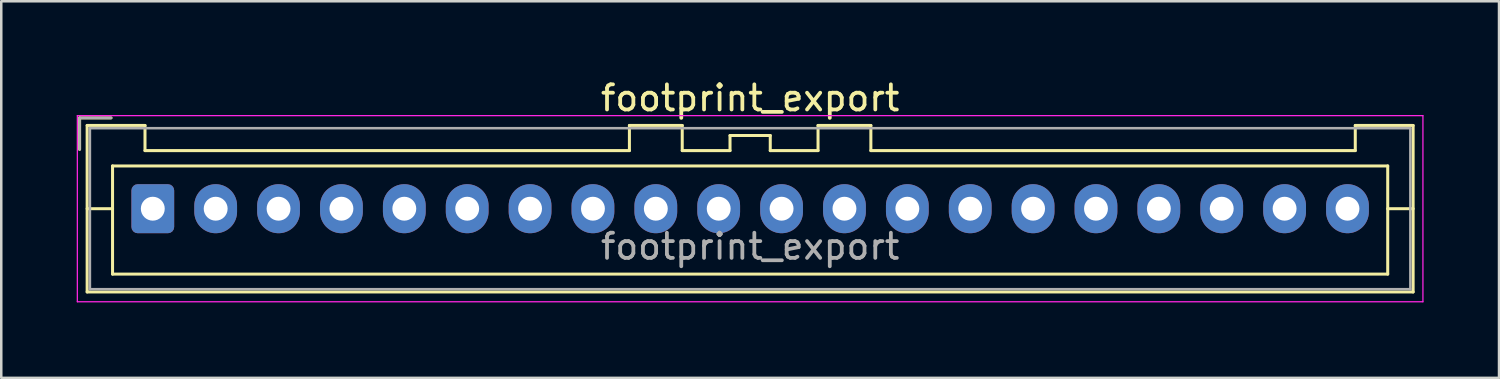
<source format=kicad_pcb>
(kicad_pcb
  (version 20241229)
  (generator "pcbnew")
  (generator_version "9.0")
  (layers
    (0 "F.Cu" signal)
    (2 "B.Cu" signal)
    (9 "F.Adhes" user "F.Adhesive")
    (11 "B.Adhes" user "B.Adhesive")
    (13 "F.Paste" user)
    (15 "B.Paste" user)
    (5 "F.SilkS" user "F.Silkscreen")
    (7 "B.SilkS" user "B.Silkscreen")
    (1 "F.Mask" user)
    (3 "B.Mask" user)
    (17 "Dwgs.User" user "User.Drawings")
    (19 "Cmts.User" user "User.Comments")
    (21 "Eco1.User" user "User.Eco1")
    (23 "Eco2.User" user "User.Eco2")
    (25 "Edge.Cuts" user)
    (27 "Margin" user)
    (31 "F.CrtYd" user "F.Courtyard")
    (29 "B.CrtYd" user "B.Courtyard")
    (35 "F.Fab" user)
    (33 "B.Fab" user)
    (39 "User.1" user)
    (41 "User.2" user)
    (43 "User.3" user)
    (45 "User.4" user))
  (footprint "footprint_export"
    (layer "F.Cu")
    (at 3.025 5.248)
    (property "Reference" "footprint_export" (at 23.75 -4.4 0) (layer "F.SilkS") (effects (font (size 1 1) (thickness 0.15))))
    (attr through_hole)
    (fp_line (start -2.91 -3.61) (end -2.91 -2.36) (stroke (width 0.12) (type solid)) (layer "F.SilkS"))
    (fp_line (start -2.61 -3.31) (end -2.61 3.31) (stroke (width 0.12) (type solid)) (layer "F.SilkS"))
    (fp_line (start -2.61 0) (end -1.6 0) (stroke (width 0.12) (type solid)) (layer "F.SilkS"))
    (fp_line (start -2.61 3.31) (end 50.11 3.31) (stroke (width 0.12) (type solid)) (layer "F.SilkS"))
    (fp_line (start -1.66 -3.61) (end -2.91 -3.61) (stroke (width 0.12) (type solid)) (layer "F.SilkS"))
    (fp_line (start -1.6 -1.7) (end -1.6 2.6) (stroke (width 0.12) (type solid)) (layer "F.SilkS"))
    (fp_line (start -1.6 2.6) (end 49.1 2.6) (stroke (width 0.12) (type solid)) (layer "F.SilkS"))
    (fp_line (start -0.31 -3.31) (end -2.61 -3.31) (stroke (width 0.12) (type solid)) (layer "F.SilkS"))
    (fp_line (start -0.31 -2.31) (end -0.31 -3.31) (stroke (width 0.12) (type solid)) (layer "F.SilkS"))
    (fp_line (start 18.95 -3.31) (end 18.95 -2.31) (stroke (width 0.12) (type solid)) (layer "F.SilkS"))
    (fp_line (start 18.95 -2.31) (end -0.31 -2.31) (stroke (width 0.12) (type solid)) (layer "F.SilkS"))
    (fp_line (start 21.05 -3.31) (end 18.95 -3.31) (stroke (width 0.12) (type solid)) (layer "F.SilkS"))
    (fp_line (start 21.05 -2.31) (end 21.05 -3.31) (stroke (width 0.12) (type solid)) (layer "F.SilkS"))
    (fp_line (start 22.95 -2.91) (end 22.95 -2.31) (stroke (width 0.12) (type solid)) (layer "F.SilkS"))
    (fp_line (start 22.95 -2.31) (end 21.05 -2.31) (stroke (width 0.12) (type solid)) (layer "F.SilkS"))
    (fp_line (start 24.55 -2.91) (end 22.95 -2.91) (stroke (width 0.12) (type solid)) (layer "F.SilkS"))
    (fp_line (start 24.55 -2.31) (end 24.55 -2.91) (stroke (width 0.12) (type solid)) (layer "F.SilkS"))
    (fp_line (start 26.45 -3.31) (end 26.45 -2.31) (stroke (width 0.12) (type solid)) (layer "F.SilkS"))
    (fp_line (start 26.45 -2.31) (end 24.55 -2.31) (stroke (width 0.12) (type solid)) (layer "F.SilkS"))
    (fp_line (start 28.55 -3.31) (end 26.45 -3.31) (stroke (width 0.12) (type solid)) (layer "F.SilkS"))
    (fp_line (start 28.55 -2.31) (end 28.55 -3.31) (stroke (width 0.12) (type solid)) (layer "F.SilkS"))
    (fp_line (start 47.81 -3.31) (end 47.81 -2.31) (stroke (width 0.12) (type solid)) (layer "F.SilkS"))
    (fp_line (start 47.81 -2.31) (end 28.55 -2.31) (stroke (width 0.12) (type solid)) (layer "F.SilkS"))
    (fp_line (start 49.1 -1.7) (end -1.6 -1.7) (stroke (width 0.12) (type solid)) (layer "F.SilkS"))
    (fp_line (start 49.1 2.6) (end 49.1 -1.7) (stroke (width 0.12) (type solid)) (layer "F.SilkS"))
    (fp_line (start 50.11 -3.31) (end 47.81 -3.31) (stroke (width 0.12) (type solid)) (layer "F.SilkS"))
    (fp_line (start 50.11 0) (end 49.1 0) (stroke (width 0.12) (type solid)) (layer "F.SilkS"))
    (fp_line (start 50.11 3.31) (end 50.11 -3.31) (stroke (width 0.12) (type solid)) (layer "F.SilkS"))
    (fp_line (start -3 -3.7) (end -3 3.7) (stroke (width 0.05) (type solid)) (layer "F.CrtYd"))
    (fp_line (start -3 3.7) (end 50.5 3.7) (stroke (width 0.05) (type solid)) (layer "F.CrtYd"))
    (fp_line (start 50.5 -3.7) (end -3 -3.7) (stroke (width 0.05) (type solid)) (layer "F.CrtYd"))
    (fp_line (start 50.5 3.7) (end 50.5 -3.7) (stroke (width 0.05) (type solid)) (layer "F.CrtYd"))
    (fp_line (start -2.91 -3.61) (end -2.91 -2.36) (stroke (width 0.1) (type solid)) (layer "F.Fab"))
    (fp_line (start -2.5 -3.2) (end -2.5 3.2) (stroke (width 0.1) (type solid)) (layer "F.Fab"))
    (fp_line (start -2.5 3.2) (end 50 3.2) (stroke (width 0.1) (type solid)) (layer "F.Fab"))
    (fp_line (start -1.66 -3.61) (end -2.91 -3.61) (stroke (width 0.1) (type solid)) (layer "F.Fab"))
    (fp_line (start 50 -3.2) (end -2.5 -3.2) (stroke (width 0.1) (type solid)) (layer "F.Fab"))
    (fp_line (start 50 3.2) (end 50 -3.2) (stroke (width 0.1) (type solid)) (layer "F.Fab"))
    (fp_text user "${REFERENCE}" (at 23.75 1.5 0) (layer "F.Fab") (effects (font (size 1 1) (thickness 0.15))))
    (pad "1" thru_hole roundrect (at 0 0) (size 1.7 1.95) (drill 0.95) (layers "*.Cu" "*.Mask") (roundrect_rratio 0.147))
    (pad "2" thru_hole oval (at 2.5 0) (size 1.7 1.95) (drill 0.95) (layers "*.Cu" "*.Mask"))
    (pad "3" thru_hole oval (at 5 0) (size 1.7 1.95) (drill 0.95) (layers "*.Cu" "*.Mask"))
    (pad "4" thru_hole oval (at 7.5 0) (size 1.7 1.95) (drill 0.95) (layers "*.Cu" "*.Mask"))
    (pad "5" thru_hole oval (at 10 0) (size 1.7 1.95) (drill 0.95) (layers "*.Cu" "*.Mask"))
    (pad "6" thru_hole oval (at 12.5 0) (size 1.7 1.95) (drill 0.95) (layers "*.Cu" "*.Mask"))
    (pad "7" thru_hole oval (at 15 0) (size 1.7 1.95) (drill 0.95) (layers "*.Cu" "*.Mask"))
    (pad "8" thru_hole oval (at 17.5 0) (size 1.7 1.95) (drill 0.95) (layers "*.Cu" "*.Mask"))
    (pad "9" thru_hole oval (at 20 0) (size 1.7 1.95) (drill 0.95) (layers "*.Cu" "*.Mask"))
    (pad "10" thru_hole oval (at 22.5 0) (size 1.7 1.95) (drill 0.95) (layers "*.Cu" "*.Mask"))
    (pad "11" thru_hole oval (at 25 0) (size 1.7 1.95) (drill 0.95) (layers "*.Cu" "*.Mask"))
    (pad "12" thru_hole oval (at 27.5 0) (size 1.7 1.95) (drill 0.95) (layers "*.Cu" "*.Mask"))
    (pad "13" thru_hole oval (at 30 0) (size 1.7 1.95) (drill 0.95) (layers "*.Cu" "*.Mask"))
    (pad "14" thru_hole oval (at 32.5 0) (size 1.7 1.95) (drill 0.95) (layers "*.Cu" "*.Mask"))
    (pad "15" thru_hole oval (at 35 0) (size 1.7 1.95) (drill 0.95) (layers "*.Cu" "*.Mask"))
    (pad "16" thru_hole oval (at 37.5 0) (size 1.7 1.95) (drill 0.95) (layers "*.Cu" "*.Mask"))
    (pad "17" thru_hole oval (at 40 0) (size 1.7 1.95) (drill 0.95) (layers "*.Cu" "*.Mask"))
    (pad "18" thru_hole oval (at 42.5 0) (size 1.7 1.95) (drill 0.95) (layers "*.Cu" "*.Mask"))
    (pad "19" thru_hole oval (at 45 0) (size 1.7 1.95) (drill 0.95) (layers "*.Cu" "*.Mask"))
    (pad "20" thru_hole oval (at 47.5 0) (size 1.7 1.95) (drill 0.95) (layers "*.Cu" "*.Mask")))
  (gr_rect
    (start -3 -3)
    (end 56.55 11.973)
    (stroke (width 0.1) (type default))
    (fill no)
    (layer "Edge.Cuts")))
</source>
